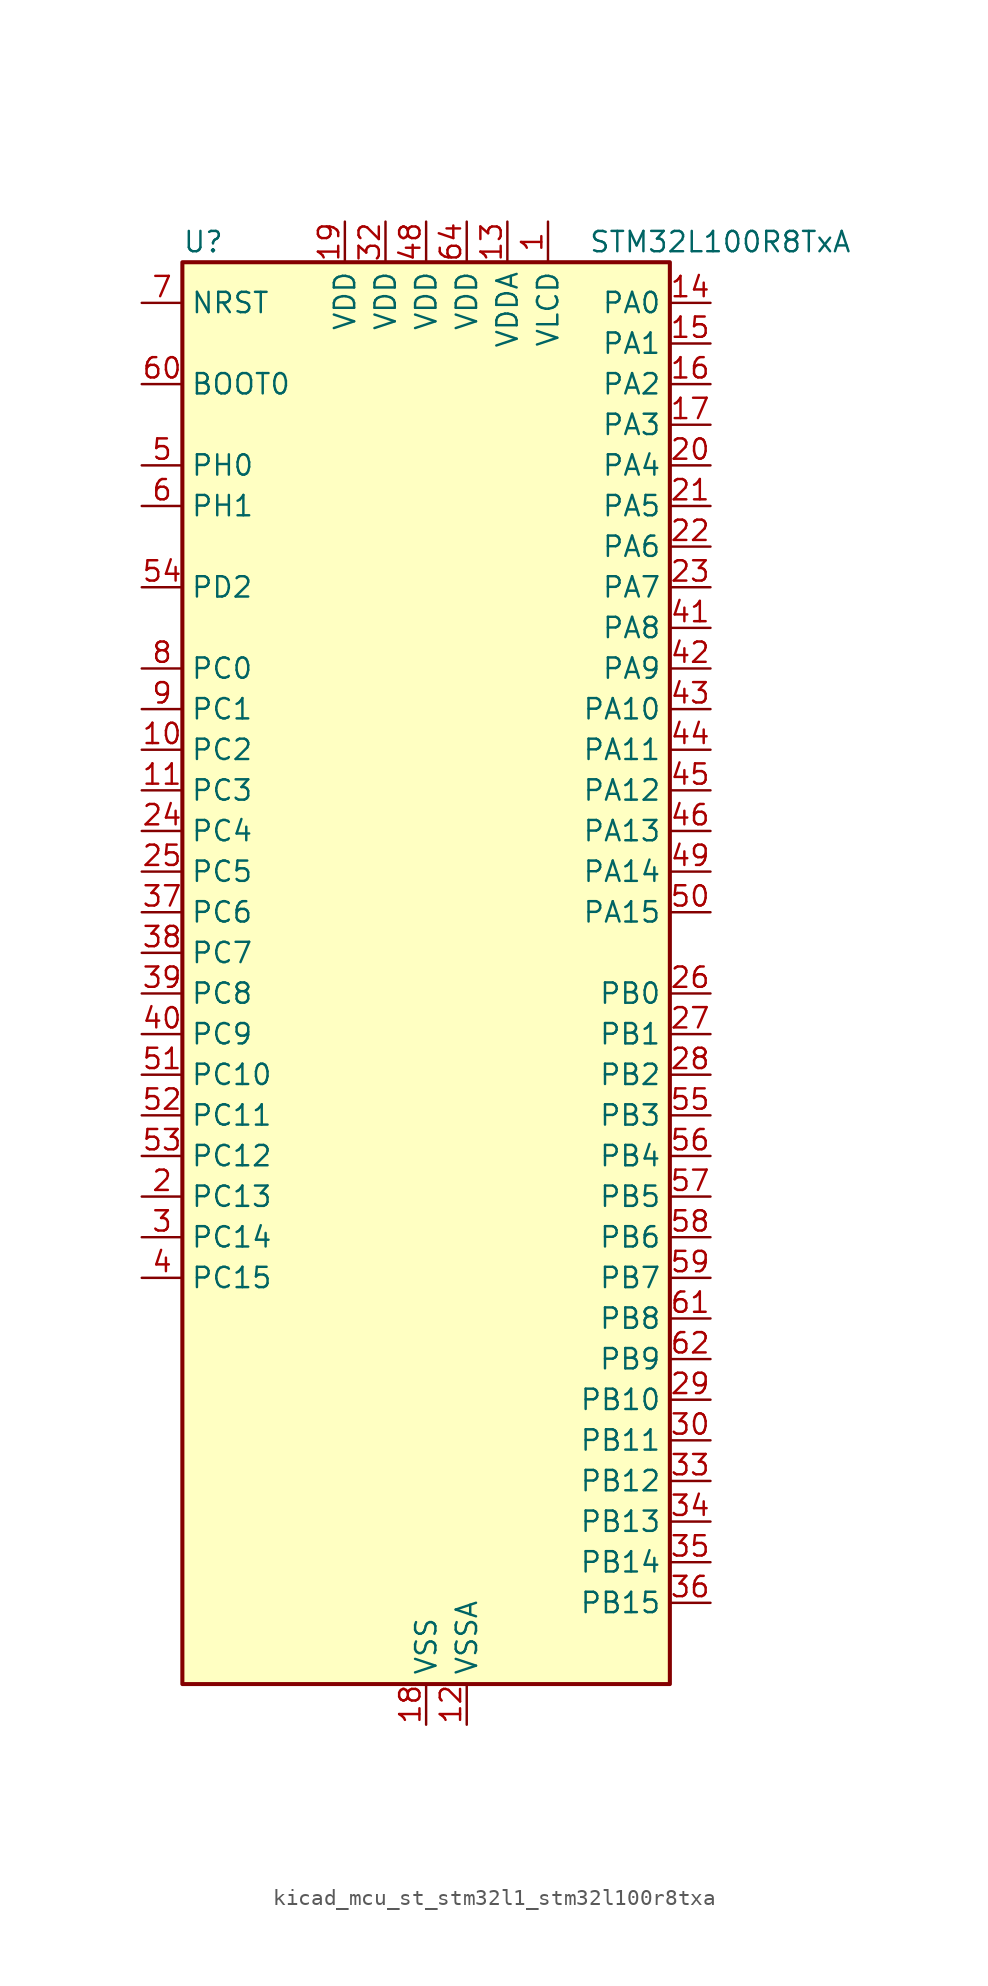
<source format=kicad_sym>
(kicad_symbol_lib
  (version 20220914)
  (generator kicad_symbol_editor)
  (symbol "kicad_mcu_st_stm32l1_stm32l100r8txa"
    (property "Reference" "U"
      (at -15.24 46.99 0)
      (effects (font (size 1.27 1.27)) (justify left)))
    (property "Value" "STM32L100R8TxA"
      (at 10.16 46.99 0)
      (effects (font (size 1.27 1.27)) (justify left)))
    (property "ki_locked" ""
      (at 0 0 0)
      (effects (font (size 1.27 1.27))))
    (symbol "kicad_mcu_st_stm32l1_stm32l100r8txa_0_1"
      (rectangle (start -15.24 -43.18) (end 15.24 45.72) (stroke (width 0.254) (type default)) (fill (type background))))
    (symbol "kicad_mcu_st_stm32l1_stm32l100r8txa_1_1"
      (pin power_in line (at 7.62 48.26 270) (length 2.54) (name "VLCD" (effects (font (size 1.27 1.27)))) (number "1" (effects (font (size 1.27 1.27)))))
      (pin bidirectional line (at -17.78 15.24 0) (length 2.54) (name "PC2" (effects (font (size 1.27 1.27)))) (number "10" (effects (font (size 1.27 1.27)))) (alternate "ADC_IN12" bidirectional line) (alternate "COMP1_INP" bidirectional line) (alternate "LCD_SEG20" bidirectional line) (alternate "TIMX_IC3" bidirectional line))
      (pin bidirectional line (at -17.78 12.7 0) (length 2.54) (name "PC3" (effects (font (size 1.27 1.27)))) (number "11" (effects (font (size 1.27 1.27)))) (alternate "ADC_IN13" bidirectional line) (alternate "COMP1_INP" bidirectional line) (alternate "LCD_SEG21" bidirectional line) (alternate "TIMX_IC4" bidirectional line))
      (pin power_in line (at 2.54 -45.72 90) (length 2.54) (name "VSSA" (effects (font (size 1.27 1.27)))) (number "12" (effects (font (size 1.27 1.27)))))
      (pin power_in line (at 5.08 48.26 270) (length 2.54) (name "VDDA" (effects (font (size 1.27 1.27)))) (number "13" (effects (font (size 1.27 1.27)))))
      (pin bidirectional line (at 17.78 43.18 180) (length 2.54) (name "PA0" (effects (font (size 1.27 1.27)))) (number "14" (effects (font (size 1.27 1.27)))) (alternate "ADC_IN0" bidirectional line) (alternate "COMP1_INP" bidirectional line) (alternate "RTC_TAMP2" bidirectional line) (alternate "SYS_WKUP1" bidirectional line) (alternate "TIM2_CH1" bidirectional line) (alternate "TIM2_ETR" bidirectional line) (alternate "TIMX_IC1" bidirectional line) (alternate "USART2_CTS" bidirectional line))
      (pin bidirectional line (at 17.78 40.64 180) (length 2.54) (name "PA1" (effects (font (size 1.27 1.27)))) (number "15" (effects (font (size 1.27 1.27)))) (alternate "ADC_IN1" bidirectional line) (alternate "COMP1_INP" bidirectional line) (alternate "LCD_SEG0" bidirectional line) (alternate "TIM2_CH2" bidirectional line) (alternate "TIMX_IC2" bidirectional line) (alternate "USART2_RTS" bidirectional line))
      (pin bidirectional line (at 17.78 38.1 180) (length 2.54) (name "PA2" (effects (font (size 1.27 1.27)))) (number "16" (effects (font (size 1.27 1.27)))) (alternate "ADC_IN2" bidirectional line) (alternate "COMP1_INP" bidirectional line) (alternate "LCD_SEG1" bidirectional line) (alternate "TIM2_CH3" bidirectional line) (alternate "TIM9_CH1" bidirectional line) (alternate "TIMX_IC3" bidirectional line) (alternate "USART2_TX" bidirectional line))
      (pin bidirectional line (at 17.78 35.56 180) (length 2.54) (name "PA3" (effects (font (size 1.27 1.27)))) (number "17" (effects (font (size 1.27 1.27)))) (alternate "ADC_IN3" bidirectional line) (alternate "COMP1_INP" bidirectional line) (alternate "LCD_SEG2" bidirectional line) (alternate "TIM2_CH4" bidirectional line) (alternate "TIM9_CH2" bidirectional line) (alternate "TIMX_IC4" bidirectional line) (alternate "USART2_RX" bidirectional line))
      (pin power_in line (at 0 -45.72 90) (length 2.54) (name "VSS" (effects (font (size 1.27 1.27)))) (number "18" (effects (font (size 1.27 1.27)))))
      (pin power_in line (at -5.08 48.26 270) (length 2.54) (name "VDD" (effects (font (size 1.27 1.27)))) (number "19" (effects (font (size 1.27 1.27)))))
      (pin bidirectional line (at -17.78 -12.7 0) (length 2.54) (name "PC13" (effects (font (size 1.27 1.27)))) (number "2" (effects (font (size 1.27 1.27)))) (alternate "RTC_OUT_ALARM" bidirectional line) (alternate "RTC_OUT_CALIB" bidirectional line) (alternate "RTC_TAMP1" bidirectional line) (alternate "RTC_TS" bidirectional line) (alternate "SYS_WKUP2" bidirectional line) (alternate "TIMX_IC2" bidirectional line))
      (pin bidirectional line (at 17.78 33.02 180) (length 2.54) (name "PA4" (effects (font (size 1.27 1.27)))) (number "20" (effects (font (size 1.27 1.27)))) (alternate "ADC_IN4" bidirectional line) (alternate "COMP1_INP" bidirectional line) (alternate "DAC_OUT1" bidirectional line) (alternate "SPI1_NSS" bidirectional line) (alternate "TIMX_IC1" bidirectional line) (alternate "USART2_CK" bidirectional line))
      (pin bidirectional line (at 17.78 30.48 180) (length 2.54) (name "PA5" (effects (font (size 1.27 1.27)))) (number "21" (effects (font (size 1.27 1.27)))) (alternate "ADC_IN5" bidirectional line) (alternate "COMP1_INP" bidirectional line) (alternate "DAC_OUT2" bidirectional line) (alternate "SPI1_SCK" bidirectional line) (alternate "TIM2_CH1" bidirectional line) (alternate "TIM2_ETR" bidirectional line) (alternate "TIMX_IC2" bidirectional line))
      (pin bidirectional line (at 17.78 27.94 180) (length 2.54) (name "PA6" (effects (font (size 1.27 1.27)))) (number "22" (effects (font (size 1.27 1.27)))) (alternate "ADC_IN6" bidirectional line) (alternate "COMP1_INP" bidirectional line) (alternate "LCD_SEG3" bidirectional line) (alternate "SPI1_MISO" bidirectional line) (alternate "TIM10_CH1" bidirectional line) (alternate "TIM3_CH1" bidirectional line) (alternate "TIMX_IC3" bidirectional line))
      (pin bidirectional line (at 17.78 25.4 180) (length 2.54) (name "PA7" (effects (font (size 1.27 1.27)))) (number "23" (effects (font (size 1.27 1.27)))) (alternate "ADC_IN7" bidirectional line) (alternate "COMP1_INP" bidirectional line) (alternate "LCD_SEG4" bidirectional line) (alternate "SPI1_MOSI" bidirectional line) (alternate "TIM11_CH1" bidirectional line) (alternate "TIM3_CH2" bidirectional line) (alternate "TIMX_IC4" bidirectional line))
      (pin bidirectional line (at -17.78 10.16 0) (length 2.54) (name "PC4" (effects (font (size 1.27 1.27)))) (number "24" (effects (font (size 1.27 1.27)))) (alternate "ADC_IN14" bidirectional line) (alternate "COMP1_INP" bidirectional line) (alternate "LCD_SEG22" bidirectional line) (alternate "TIMX_IC1" bidirectional line))
      (pin bidirectional line (at -17.78 7.62 0) (length 2.54) (name "PC5" (effects (font (size 1.27 1.27)))) (number "25" (effects (font (size 1.27 1.27)))) (alternate "ADC_IN15" bidirectional line) (alternate "COMP1_INP" bidirectional line) (alternate "LCD_SEG23" bidirectional line) (alternate "TIMX_IC2" bidirectional line))
      (pin bidirectional line (at 17.78 0 180) (length 2.54) (name "PB0" (effects (font (size 1.27 1.27)))) (number "26" (effects (font (size 1.27 1.27)))) (alternate "ADC_IN8" bidirectional line) (alternate "COMP1_INP" bidirectional line) (alternate "LCD_SEG5" bidirectional line) (alternate "SYS_V_REF_OUT" bidirectional line) (alternate "TIM3_CH3" bidirectional line))
      (pin bidirectional line (at 17.78 -2.54 180) (length 2.54) (name "PB1" (effects (font (size 1.27 1.27)))) (number "27" (effects (font (size 1.27 1.27)))) (alternate "ADC_IN9" bidirectional line) (alternate "COMP1_INP" bidirectional line) (alternate "LCD_SEG6" bidirectional line) (alternate "SYS_V_REF_OUT" bidirectional line) (alternate "TIM3_CH4" bidirectional line))
      (pin bidirectional line (at 17.78 -5.08 180) (length 2.54) (name "PB2" (effects (font (size 1.27 1.27)))) (number "28" (effects (font (size 1.27 1.27)))))
      (pin bidirectional line (at 17.78 -25.4 180) (length 2.54) (name "PB10" (effects (font (size 1.27 1.27)))) (number "29" (effects (font (size 1.27 1.27)))) (alternate "I2C2_SCL" bidirectional line) (alternate "LCD_SEG10" bidirectional line) (alternate "TIM2_CH3" bidirectional line) (alternate "USART3_TX" bidirectional line))
      (pin bidirectional line (at -17.78 -15.24 0) (length 2.54) (name "PC14" (effects (font (size 1.27 1.27)))) (number "3" (effects (font (size 1.27 1.27)))) (alternate "RCC_OSC32_IN" bidirectional line) (alternate "TIMX_IC3" bidirectional line))
      (pin bidirectional line (at 17.78 -27.94 180) (length 2.54) (name "PB11" (effects (font (size 1.27 1.27)))) (number "30" (effects (font (size 1.27 1.27)))) (alternate "ADC_EXTI11" bidirectional line) (alternate "I2C2_SDA" bidirectional line) (alternate "LCD_SEG11" bidirectional line) (alternate "TIM2_CH4" bidirectional line) (alternate "USART3_RX" bidirectional line))
      (pin passive line (at 0 -45.72 90) (length 2.54) hide (name "VSS" (effects (font (size 1.27 1.27)))) (number "31" (effects (font (size 1.27 1.27)))))
      (pin power_in line (at -2.54 48.26 270) (length 2.54) (name "VDD" (effects (font (size 1.27 1.27)))) (number "32" (effects (font (size 1.27 1.27)))))
      (pin bidirectional line (at 17.78 -30.48 180) (length 2.54) (name "PB12" (effects (font (size 1.27 1.27)))) (number "33" (effects (font (size 1.27 1.27)))) (alternate "ADC_IN18" bidirectional line) (alternate "COMP1_INP" bidirectional line) (alternate "I2C2_SMBA" bidirectional line) (alternate "LCD_SEG12" bidirectional line) (alternate "SPI2_NSS" bidirectional line) (alternate "TIM10_CH1" bidirectional line) (alternate "USART3_CK" bidirectional line))
      (pin bidirectional line (at 17.78 -33.02 180) (length 2.54) (name "PB13" (effects (font (size 1.27 1.27)))) (number "34" (effects (font (size 1.27 1.27)))) (alternate "ADC_IN19" bidirectional line) (alternate "COMP1_INP" bidirectional line) (alternate "LCD_SEG13" bidirectional line) (alternate "SPI2_SCK" bidirectional line) (alternate "TIM9_CH1" bidirectional line) (alternate "USART3_CTS" bidirectional line))
      (pin bidirectional line (at 17.78 -35.56 180) (length 2.54) (name "PB14" (effects (font (size 1.27 1.27)))) (number "35" (effects (font (size 1.27 1.27)))) (alternate "ADC_IN20" bidirectional line) (alternate "COMP1_INP" bidirectional line) (alternate "LCD_SEG14" bidirectional line) (alternate "SPI2_MISO" bidirectional line) (alternate "TIM9_CH2" bidirectional line) (alternate "USART3_RTS" bidirectional line))
      (pin bidirectional line (at 17.78 -38.1 180) (length 2.54) (name "PB15" (effects (font (size 1.27 1.27)))) (number "36" (effects (font (size 1.27 1.27)))) (alternate "ADC_EXTI15" bidirectional line) (alternate "ADC_IN21" bidirectional line) (alternate "COMP1_INP" bidirectional line) (alternate "LCD_SEG15" bidirectional line) (alternate "RTC_REFIN" bidirectional line) (alternate "SPI2_MOSI" bidirectional line) (alternate "TIM11_CH1" bidirectional line))
      (pin bidirectional line (at -17.78 5.08 0) (length 2.54) (name "PC6" (effects (font (size 1.27 1.27)))) (number "37" (effects (font (size 1.27 1.27)))) (alternate "LCD_SEG24" bidirectional line) (alternate "TIM3_CH1" bidirectional line) (alternate "TIMX_IC3" bidirectional line))
      (pin bidirectional line (at -17.78 2.54 0) (length 2.54) (name "PC7" (effects (font (size 1.27 1.27)))) (number "38" (effects (font (size 1.27 1.27)))) (alternate "LCD_SEG25" bidirectional line) (alternate "TIM3_CH2" bidirectional line) (alternate "TIMX_IC4" bidirectional line))
      (pin bidirectional line (at -17.78 0 0) (length 2.54) (name "PC8" (effects (font (size 1.27 1.27)))) (number "39" (effects (font (size 1.27 1.27)))) (alternate "LCD_SEG26" bidirectional line) (alternate "TIM3_CH3" bidirectional line) (alternate "TIMX_IC1" bidirectional line))
      (pin bidirectional line (at -17.78 -17.78 0) (length 2.54) (name "PC15" (effects (font (size 1.27 1.27)))) (number "4" (effects (font (size 1.27 1.27)))) (alternate "ADC_EXTI15" bidirectional line) (alternate "RCC_OSC32_OUT" bidirectional line) (alternate "TIMX_IC4" bidirectional line))
      (pin bidirectional line (at -17.78 -2.54 0) (length 2.54) (name "PC9" (effects (font (size 1.27 1.27)))) (number "40" (effects (font (size 1.27 1.27)))) (alternate "DAC_EXTI9" bidirectional line) (alternate "LCD_SEG27" bidirectional line) (alternate "TIM3_CH4" bidirectional line) (alternate "TIMX_IC2" bidirectional line))
      (pin bidirectional line (at 17.78 22.86 180) (length 2.54) (name "PA8" (effects (font (size 1.27 1.27)))) (number "41" (effects (font (size 1.27 1.27)))) (alternate "LCD_COM0" bidirectional line) (alternate "RCC_MCO" bidirectional line) (alternate "TIMX_IC1" bidirectional line) (alternate "USART1_CK" bidirectional line))
      (pin bidirectional line (at 17.78 20.32 180) (length 2.54) (name "PA9" (effects (font (size 1.27 1.27)))) (number "42" (effects (font (size 1.27 1.27)))) (alternate "DAC_EXTI9" bidirectional line) (alternate "LCD_COM1" bidirectional line) (alternate "TIMX_IC2" bidirectional line) (alternate "USART1_TX" bidirectional line))
      (pin bidirectional line (at 17.78 17.78 180) (length 2.54) (name "PA10" (effects (font (size 1.27 1.27)))) (number "43" (effects (font (size 1.27 1.27)))) (alternate "LCD_COM2" bidirectional line) (alternate "TIMX_IC3" bidirectional line) (alternate "USART1_RX" bidirectional line))
      (pin bidirectional line (at 17.78 15.24 180) (length 2.54) (name "PA11" (effects (font (size 1.27 1.27)))) (number "44" (effects (font (size 1.27 1.27)))) (alternate "ADC_EXTI11" bidirectional line) (alternate "SPI1_MISO" bidirectional line) (alternate "TIMX_IC4" bidirectional line) (alternate "USART1_CTS" bidirectional line) (alternate "USB_DM" bidirectional line))
      (pin bidirectional line (at 17.78 12.7 180) (length 2.54) (name "PA12" (effects (font (size 1.27 1.27)))) (number "45" (effects (font (size 1.27 1.27)))) (alternate "SPI1_MOSI" bidirectional line) (alternate "TIMX_IC1" bidirectional line) (alternate "USART1_RTS" bidirectional line) (alternate "USB_DP" bidirectional line))
      (pin bidirectional line (at 17.78 10.16 180) (length 2.54) (name "PA13" (effects (font (size 1.27 1.27)))) (number "46" (effects (font (size 1.27 1.27)))) (alternate "SYS_JTMS-SWDIO" bidirectional line) (alternate "TIMX_IC2" bidirectional line))
      (pin passive line (at 0 -45.72 90) (length 2.54) hide (name "VSS" (effects (font (size 1.27 1.27)))) (number "47" (effects (font (size 1.27 1.27)))))
      (pin power_in line (at 0 48.26 270) (length 2.54) (name "VDD" (effects (font (size 1.27 1.27)))) (number "48" (effects (font (size 1.27 1.27)))))
      (pin bidirectional line (at 17.78 7.62 180) (length 2.54) (name "PA14" (effects (font (size 1.27 1.27)))) (number "49" (effects (font (size 1.27 1.27)))) (alternate "SYS_JTCK-SWCLK" bidirectional line) (alternate "TIMX_IC3" bidirectional line))
      (pin bidirectional line (at -17.78 33.02 0) (length 2.54) (name "PH0" (effects (font (size 1.27 1.27)))) (number "5" (effects (font (size 1.27 1.27)))) (alternate "RCC_OSC_IN" bidirectional line))
      (pin bidirectional line (at 17.78 5.08 180) (length 2.54) (name "PA15" (effects (font (size 1.27 1.27)))) (number "50" (effects (font (size 1.27 1.27)))) (alternate "ADC_EXTI15" bidirectional line) (alternate "LCD_SEG17" bidirectional line) (alternate "SPI1_NSS" bidirectional line) (alternate "SYS_JTDI" bidirectional line) (alternate "TIM2_CH1" bidirectional line) (alternate "TIM2_ETR" bidirectional line) (alternate "TIMX_IC4" bidirectional line))
      (pin bidirectional line (at -17.78 -5.08 0) (length 2.54) (name "PC10" (effects (font (size 1.27 1.27)))) (number "51" (effects (font (size 1.27 1.27)))) (alternate "LCD_COM4" bidirectional line) (alternate "LCD_SEG28" bidirectional line) (alternate "TIMX_IC3" bidirectional line) (alternate "USART3_TX" bidirectional line))
      (pin bidirectional line (at -17.78 -7.62 0) (length 2.54) (name "PC11" (effects (font (size 1.27 1.27)))) (number "52" (effects (font (size 1.27 1.27)))) (alternate "ADC_EXTI11" bidirectional line) (alternate "LCD_COM5" bidirectional line) (alternate "LCD_SEG29" bidirectional line) (alternate "TIMX_IC4" bidirectional line) (alternate "USART3_RX" bidirectional line))
      (pin bidirectional line (at -17.78 -10.16 0) (length 2.54) (name "PC12" (effects (font (size 1.27 1.27)))) (number "53" (effects (font (size 1.27 1.27)))) (alternate "LCD_COM6" bidirectional line) (alternate "LCD_SEG30" bidirectional line) (alternate "TIMX_IC1" bidirectional line) (alternate "USART3_CK" bidirectional line))
      (pin bidirectional line (at -17.78 25.4 0) (length 2.54) (name "PD2" (effects (font (size 1.27 1.27)))) (number "54" (effects (font (size 1.27 1.27)))) (alternate "LCD_COM7" bidirectional line) (alternate "LCD_SEG31" bidirectional line) (alternate "TIM3_ETR" bidirectional line) (alternate "TIMX_IC3" bidirectional line))
      (pin bidirectional line (at 17.78 -7.62 180) (length 2.54) (name "PB3" (effects (font (size 1.27 1.27)))) (number "55" (effects (font (size 1.27 1.27)))) (alternate "COMP2_INM" bidirectional line) (alternate "LCD_SEG7" bidirectional line) (alternate "SPI1_SCK" bidirectional line) (alternate "SYS_JTDO-TRACESWO" bidirectional line) (alternate "TIM2_CH2" bidirectional line))
      (pin bidirectional line (at 17.78 -10.16 180) (length 2.54) (name "PB4" (effects (font (size 1.27 1.27)))) (number "56" (effects (font (size 1.27 1.27)))) (alternate "COMP2_INP" bidirectional line) (alternate "LCD_SEG8" bidirectional line) (alternate "SPI1_MISO" bidirectional line) (alternate "SYS_JTRST" bidirectional line) (alternate "TIM3_CH1" bidirectional line))
      (pin bidirectional line (at 17.78 -12.7 180) (length 2.54) (name "PB5" (effects (font (size 1.27 1.27)))) (number "57" (effects (font (size 1.27 1.27)))) (alternate "COMP2_INP" bidirectional line) (alternate "I2C1_SMBA" bidirectional line) (alternate "LCD_SEG9" bidirectional line) (alternate "SPI1_MOSI" bidirectional line) (alternate "TIM3_CH2" bidirectional line))
      (pin bidirectional line (at 17.78 -15.24 180) (length 2.54) (name "PB6" (effects (font (size 1.27 1.27)))) (number "58" (effects (font (size 1.27 1.27)))) (alternate "I2C1_SCL" bidirectional line) (alternate "TIM4_CH1" bidirectional line) (alternate "USART1_TX" bidirectional line))
      (pin bidirectional line (at 17.78 -17.78 180) (length 2.54) (name "PB7" (effects (font (size 1.27 1.27)))) (number "59" (effects (font (size 1.27 1.27)))) (alternate "I2C1_SDA" bidirectional line) (alternate "SYS_PVD_IN" bidirectional line) (alternate "TIM4_CH2" bidirectional line) (alternate "USART1_RX" bidirectional line))
      (pin bidirectional line (at -17.78 30.48 0) (length 2.54) (name "PH1" (effects (font (size 1.27 1.27)))) (number "6" (effects (font (size 1.27 1.27)))) (alternate "RCC_OSC_OUT" bidirectional line))
      (pin input line (at -17.78 38.1 0) (length 2.54) (name "BOOT0" (effects (font (size 1.27 1.27)))) (number "60" (effects (font (size 1.27 1.27)))))
      (pin bidirectional line (at 17.78 -20.32 180) (length 2.54) (name "PB8" (effects (font (size 1.27 1.27)))) (number "61" (effects (font (size 1.27 1.27)))) (alternate "I2C1_SCL" bidirectional line) (alternate "LCD_SEG16" bidirectional line) (alternate "TIM10_CH1" bidirectional line) (alternate "TIM4_CH3" bidirectional line))
      (pin bidirectional line (at 17.78 -22.86 180) (length 2.54) (name "PB9" (effects (font (size 1.27 1.27)))) (number "62" (effects (font (size 1.27 1.27)))) (alternate "DAC_EXTI9" bidirectional line) (alternate "I2C1_SDA" bidirectional line) (alternate "LCD_COM3" bidirectional line) (alternate "TIM11_CH1" bidirectional line) (alternate "TIM4_CH4" bidirectional line))
      (pin passive line (at 0 -45.72 90) (length 2.54) hide (name "VSS" (effects (font (size 1.27 1.27)))) (number "63" (effects (font (size 1.27 1.27)))))
      (pin power_in line (at 2.54 48.26 270) (length 2.54) (name "VDD" (effects (font (size 1.27 1.27)))) (number "64" (effects (font (size 1.27 1.27)))))
      (pin input line (at -17.78 43.18 0) (length 2.54) (name "NRST" (effects (font (size 1.27 1.27)))) (number "7" (effects (font (size 1.27 1.27)))))
      (pin bidirectional line (at -17.78 20.32 0) (length 2.54) (name "PC0" (effects (font (size 1.27 1.27)))) (number "8" (effects (font (size 1.27 1.27)))) (alternate "ADC_IN10" bidirectional line) (alternate "COMP1_INP" bidirectional line) (alternate "LCD_SEG18" bidirectional line) (alternate "TIMX_IC1" bidirectional line))
      (pin bidirectional line (at -17.78 17.78 0) (length 2.54) (name "PC1" (effects (font (size 1.27 1.27)))) (number "9" (effects (font (size 1.27 1.27)))) (alternate "ADC_IN11" bidirectional line) (alternate "COMP1_INP" bidirectional line) (alternate "LCD_SEG19" bidirectional line) (alternate "TIMX_IC2" bidirectional line)))))
</source>
